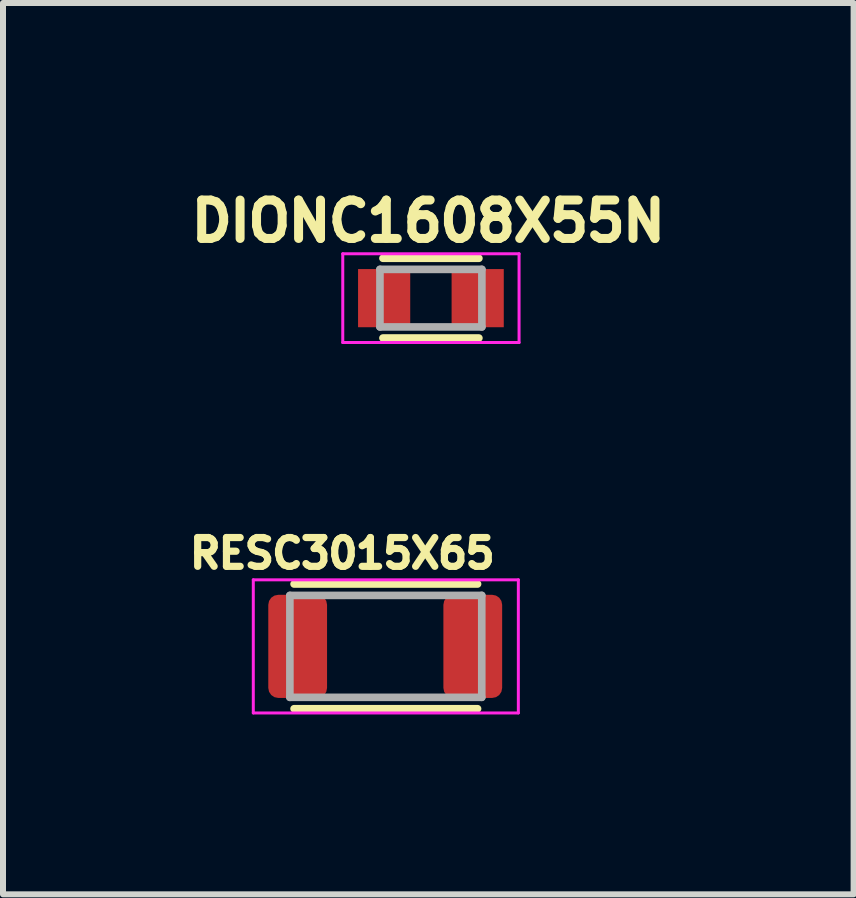
<source format=kicad_pcb>
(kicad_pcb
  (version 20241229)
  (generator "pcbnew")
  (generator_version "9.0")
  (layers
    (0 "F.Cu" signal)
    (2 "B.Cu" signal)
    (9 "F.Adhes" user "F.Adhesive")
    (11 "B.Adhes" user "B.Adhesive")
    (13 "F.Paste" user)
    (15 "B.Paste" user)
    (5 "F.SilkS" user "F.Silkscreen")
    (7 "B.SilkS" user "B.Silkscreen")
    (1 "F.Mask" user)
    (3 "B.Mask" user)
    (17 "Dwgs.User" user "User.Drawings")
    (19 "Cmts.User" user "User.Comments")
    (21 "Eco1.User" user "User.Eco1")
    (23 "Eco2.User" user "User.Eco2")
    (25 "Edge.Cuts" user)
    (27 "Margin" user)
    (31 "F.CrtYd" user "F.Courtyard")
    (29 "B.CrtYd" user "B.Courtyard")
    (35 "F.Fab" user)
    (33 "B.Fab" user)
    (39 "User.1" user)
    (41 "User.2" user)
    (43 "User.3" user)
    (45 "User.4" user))
  (footprint "RESC3015X65"
    (layer "F.Cu")
    (at 3.384 7.729)
    (property "Reference" "RESC3015X65" (at -0.726 -1.551 0) (layer "F.SilkS") (effects (font (size 0.48 0.48) (thickness 0.15))))
    (attr through_hole)
    (fp_line (start -1.53 -1.04) (end 1.53 -1.04) (stroke (width 0.127) (type solid)) (layer "F.SilkS"))
    (fp_line (start -1.53 1.04) (end 1.53 1.04) (stroke (width 0.127) (type solid)) (layer "F.SilkS"))
    (fp_line (start -2.21 -1.11) (end -2.21 1.11) (stroke (width 0.05) (type solid)) (layer "F.CrtYd"))
    (fp_line (start -2.21 1.11) (end 2.21 1.11) (stroke (width 0.05) (type solid)) (layer "F.CrtYd"))
    (fp_line (start 2.21 -1.11) (end -2.21 -1.11) (stroke (width 0.05) (type solid)) (layer "F.CrtYd"))
    (fp_line (start 2.21 1.11) (end 2.21 -1.11) (stroke (width 0.05) (type solid)) (layer "F.CrtYd"))
    (fp_line (start -1.6 -0.85) (end 1.6 -0.85) (stroke (width 0.127) (type solid)) (layer "F.Fab"))
    (fp_line (start -1.6 0.85) (end -1.6 -0.85) (stroke (width 0.127) (type solid)) (layer "F.Fab"))
    (fp_line (start 1.6 -0.85) (end 1.6 0.85) (stroke (width 0.127) (type solid)) (layer "F.Fab"))
    (fp_line (start 1.6 0.85) (end -1.6 0.85) (stroke (width 0.127) (type solid)) (layer "F.Fab"))
    (pad "1" smd roundrect (at -1.47 0) (size 0.98 1.72) (layers "F.Cu" "F.Mask" "F.Paste") (roundrect_rratio 0.17))
    (pad "2" smd roundrect (at 1.45 0) (size 0.98 1.72) (layers "F.Cu" "F.Mask" "F.Paste") (roundrect_rratio 0.17)))
  (footprint "DIONC1608X55N"
    (layer "F.Cu")
    (at 4.136 1.922)
    (property "Reference" "DIONC1608X55N" (at -0.043 -1.284 0) (layer "F.SilkS") (effects (font (size 0.64 0.64) (thickness 0.15))))
    (attr through_hole)
    (fp_line (start 0.8 -0.665) (end -0.8 -0.665) (stroke (width 0.127) (type solid)) (layer "F.SilkS"))
    (fp_line (start 0.8 0.665) (end -0.8 0.665) (stroke (width 0.127) (type solid)) (layer "F.SilkS"))
    (fp_line (start -1.47 -0.74) (end -1.47 0.74) (stroke (width 0.05) (type solid)) (layer "F.CrtYd"))
    (fp_line (start -1.47 0.74) (end 1.47 0.74) (stroke (width 0.05) (type solid)) (layer "F.CrtYd"))
    (fp_line (start 1.47 -0.74) (end -1.47 -0.74) (stroke (width 0.05) (type solid)) (layer "F.CrtYd"))
    (fp_line (start 1.47 0.74) (end 1.47 -0.74) (stroke (width 0.05) (type solid)) (layer "F.CrtYd"))
    (fp_line (start -0.85 -0.48) (end 0.85 -0.48) (stroke (width 0.127) (type solid)) (layer "F.Fab"))
    (fp_line (start -0.85 0.48) (end -0.85 -0.48) (stroke (width 0.127) (type solid)) (layer "F.Fab"))
    (fp_line (start 0.85 -0.48) (end 0.85 0.48) (stroke (width 0.127) (type solid)) (layer "F.Fab"))
    (fp_line (start 0.85 0.48) (end -0.85 0.48) (stroke (width 0.127) (type solid)) (layer "F.Fab"))
    (pad "1" smd rect (at -0.78 0) (size 0.87 0.97) (layers "F.Cu" "F.Mask" "F.Paste"))
    (pad "2" smd rect (at 0.78 0) (size 0.87 0.97) (layers "F.Cu" "F.Mask" "F.Paste")))
  (gr_rect
    (start -3 -3)
    (end 11.185 11.864)
    (stroke (width 0.1) (type default))
    (fill no)
    (layer "Edge.Cuts")))
</source>
